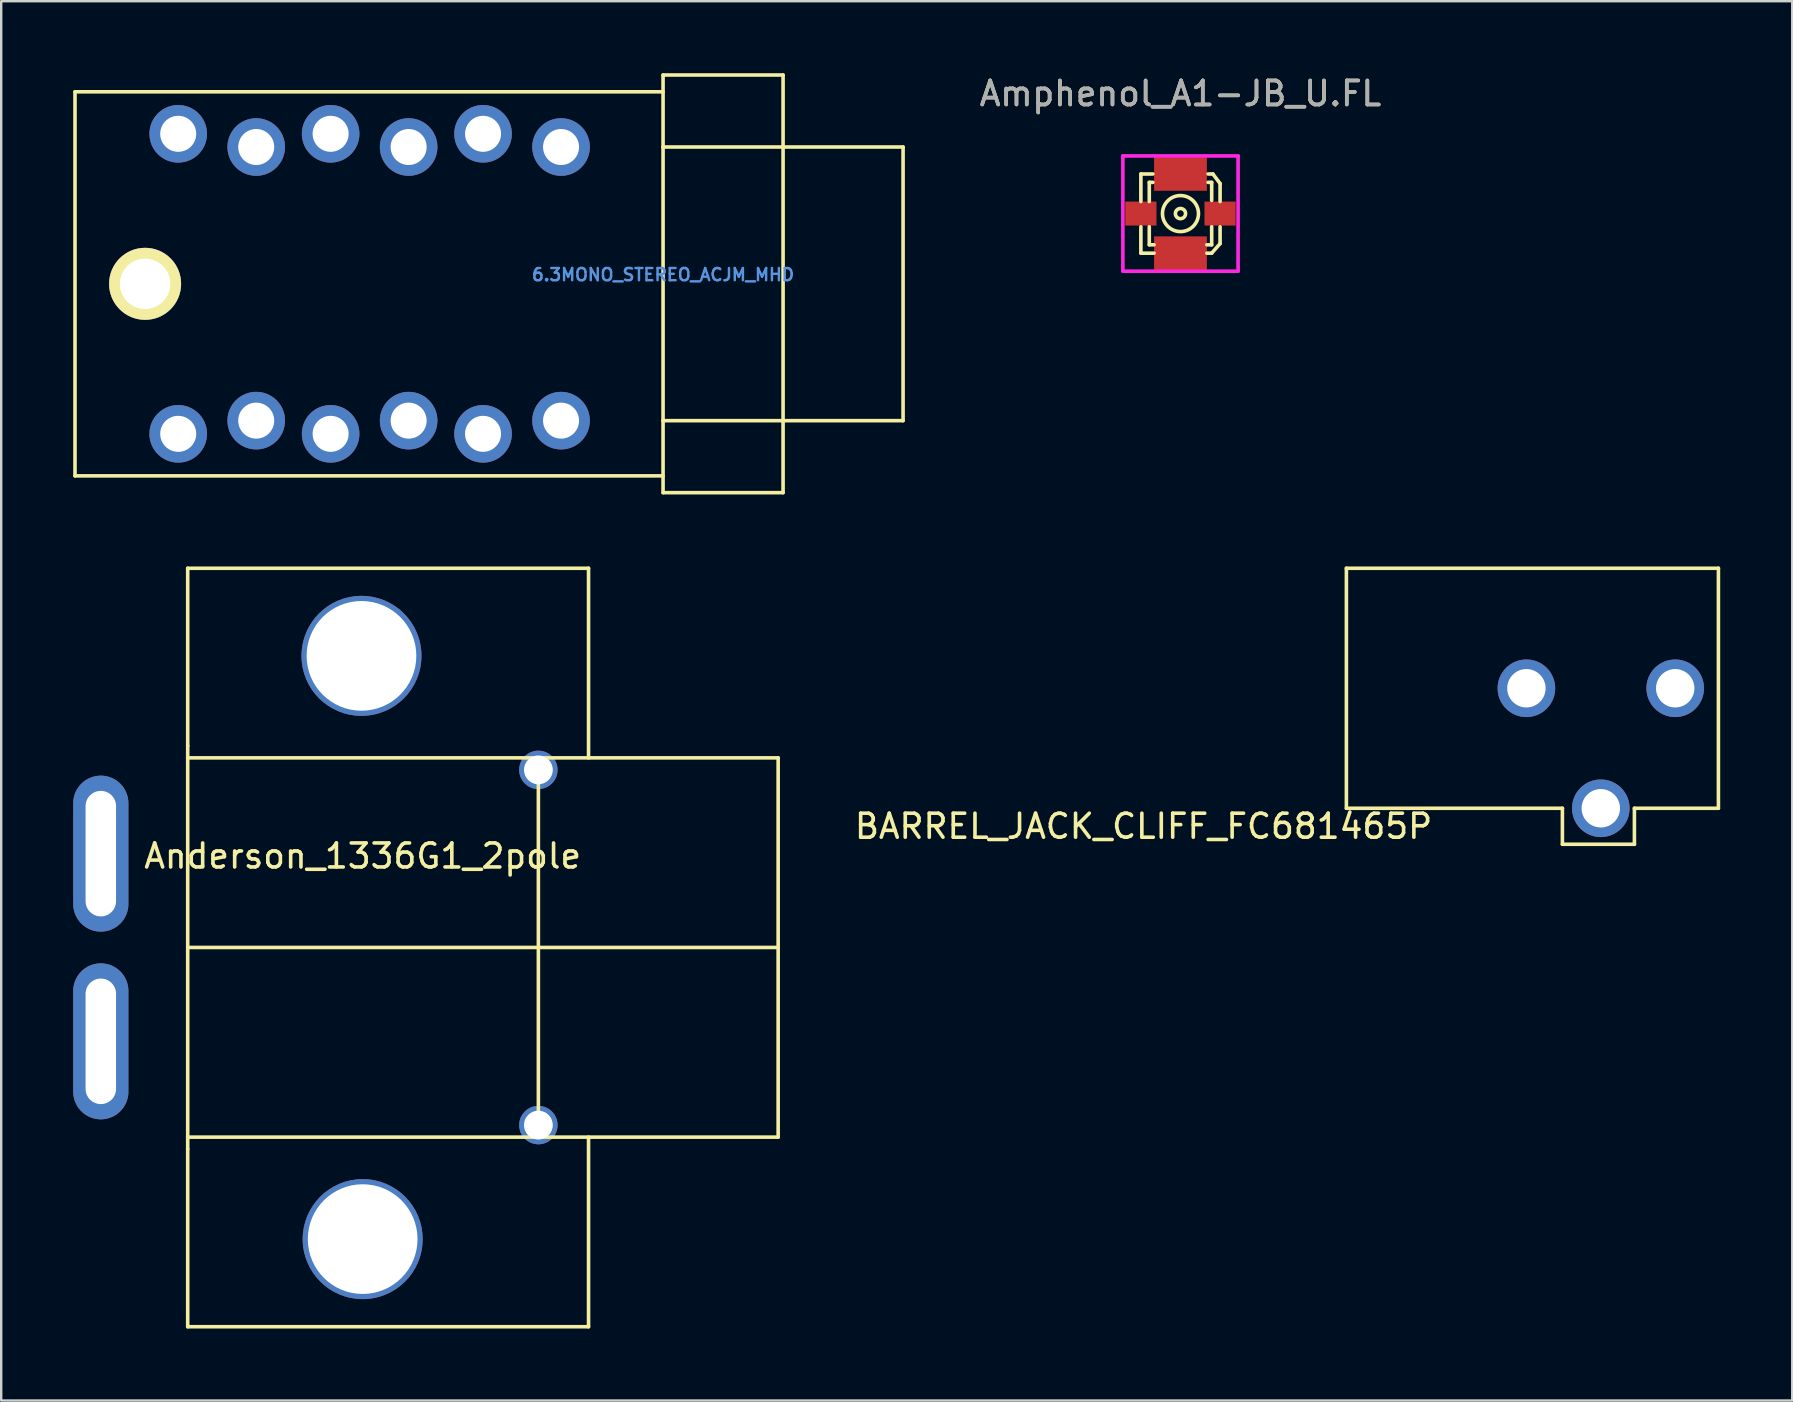
<source format=kicad_pcb>
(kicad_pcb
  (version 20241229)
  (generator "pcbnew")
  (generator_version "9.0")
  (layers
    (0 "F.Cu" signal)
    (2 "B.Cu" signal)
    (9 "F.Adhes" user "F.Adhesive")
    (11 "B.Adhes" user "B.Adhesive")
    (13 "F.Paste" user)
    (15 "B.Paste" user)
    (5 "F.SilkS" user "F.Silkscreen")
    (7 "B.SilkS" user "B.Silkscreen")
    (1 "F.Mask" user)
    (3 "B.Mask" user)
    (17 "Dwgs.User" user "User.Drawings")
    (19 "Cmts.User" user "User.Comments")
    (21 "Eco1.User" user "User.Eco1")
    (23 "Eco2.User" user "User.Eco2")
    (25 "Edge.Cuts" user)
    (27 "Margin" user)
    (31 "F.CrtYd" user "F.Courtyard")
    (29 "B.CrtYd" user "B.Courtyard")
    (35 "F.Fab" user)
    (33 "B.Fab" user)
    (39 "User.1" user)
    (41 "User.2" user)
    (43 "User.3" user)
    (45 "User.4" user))
  (footprint "BARREL_JACK_CLIFF_FC681465P"
    (layer "F.Cu")
    (at 53.044 25.625)
    (property "Reference" "BARREL_JACK_CLIFF_FC681465P" (at -8.45 5.75 180) (layer "F.SilkS") (effects (font (size 1 1) (thickness 0.15))))
    (attr through_hole)
    (fp_line (start 0 -5) (end 15.5 -5) (stroke (width 0.15) (type solid)) (layer "F.SilkS"))
    (fp_line (start 0 5) (end 0 -5) (stroke (width 0.15) (type solid)) (layer "F.SilkS"))
    (fp_line (start 9 5) (end 0 5) (stroke (width 0.15) (type solid)) (layer "F.SilkS"))
    (fp_line (start 9 6.5) (end 9 5) (stroke (width 0.15) (type solid)) (layer "F.SilkS"))
    (fp_line (start 12 5) (end 12 6.5) (stroke (width 0.15) (type solid)) (layer "F.SilkS"))
    (fp_line (start 12 6.5) (end 9 6.5) (stroke (width 0.15) (type solid)) (layer "F.SilkS"))
    (fp_line (start 15.5 -5) (end 15.5 5) (stroke (width 0.15) (type solid)) (layer "F.SilkS"))
    (fp_line (start 15.5 5) (end 12 5) (stroke (width 0.15) (type solid)) (layer "F.SilkS"))
    (pad "1" thru_hole circle (at 13.7 0) (size 2.4 2.4) (drill 1.6) (layers "*.Cu" "*.Mask"))
    (pad "2" thru_hole circle (at 10.6 5) (size 2.4 2.4) (drill 1.6) (layers "*.Cu" "*.Mask"))
    (pad "3" thru_hole circle (at 7.5 0) (size 2.4 2.4) (drill 1.6) (layers "*.Cu" "*.Mask")))
  (footprint "6.3MONO_STEREO_ACJM_MHD"
    (layer "F.Cu")
    (at 24.575 8.775)
    (property "Reference" "6.3MONO_STEREO_ACJM_MHD" (at 0 -0.381 0) (layer "Cmts.User") (effects (font (size 0.508 0.508) (thickness 0.102))))
    (attr smd)
    (fp_line (start -24.5 -8) (end -24.5 8) (stroke (width 0.15) (type solid)) (layer "F.SilkS"))
    (fp_line (start -24.5 8) (end 0 8) (stroke (width 0.15) (type solid)) (layer "F.SilkS"))
    (fp_line (start 0 -8.7) (end 5 -8.7) (stroke (width 0.15) (type solid)) (layer "F.SilkS"))
    (fp_line (start 0 -8) (end -24.5 -8) (stroke (width 0.15) (type solid)) (layer "F.SilkS"))
    (fp_line (start 0 -5.7) (end 0 -8.7) (stroke (width 0.15) (type solid)) (layer "F.SilkS"))
    (fp_line (start 0 -5.7) (end 10 -5.7) (stroke (width 0.15) (type solid)) (layer "F.SilkS"))
    (fp_line (start 0 5.7) (end 0 -5.7) (stroke (width 0.15) (type solid)) (layer "F.SilkS"))
    (fp_line (start 0 8.7) (end 0 5.7) (stroke (width 0.15) (type solid)) (layer "F.SilkS"))
    (fp_line (start 5 -8.7) (end 5 -5.7) (stroke (width 0.15) (type solid)) (layer "F.SilkS"))
    (fp_line (start 5 -5.7) (end 5 8.7) (stroke (width 0.15) (type solid)) (layer "F.SilkS"))
    (fp_line (start 5 8.7) (end 0 8.7) (stroke (width 0.15) (type solid)) (layer "F.SilkS"))
    (fp_line (start 10 -5.7) (end 10 5.7) (stroke (width 0.15) (type solid)) (layer "F.SilkS"))
    (fp_line (start 10 5.7) (end 0 5.7) (stroke (width 0.15) (type solid)) (layer "F.SilkS"))
    (pad "" np_thru_hole circle (at -21.58 0) (size 3 3) (drill 2.1) (layers "*.Cu" "*.Mask" "F.SilkS"))
    (pad "1" thru_hole circle (at -4.25 5.7) (size 2.4 2.4) (drill 1.5) (layers "*.Cu" "*.Mask"))
    (pad "2" thru_hole circle (at -10.6 5.7) (size 2.4 2.4) (drill 1.5) (layers "*.Cu" "*.Mask"))
    (pad "3" thru_hole circle (at -16.95 5.7) (size 2.4 2.4) (drill 1.5) (layers "*.Cu" "*.Mask"))
    (pad "4" thru_hole circle (at -4.25 -5.7) (size 2.4 2.4) (drill 1.5) (layers "*.Cu" "*.Mask"))
    (pad "5" thru_hole circle (at -10.6 -5.7) (size 2.4 2.4) (drill 1.5) (layers "*.Cu" "*.Mask"))
    (pad "6" thru_hole circle (at -16.95 -5.7) (size 2.4 2.4) (drill 1.5) (layers "*.Cu" "*.Mask"))
    (pad "7" thru_hole circle (at -7.5 6.25) (size 2.4 2.4) (drill 1.5) (layers "*.Cu" "*.Mask"))
    (pad "8" thru_hole circle (at -13.85 6.25) (size 2.4 2.4) (drill 1.5) (layers "*.Cu" "*.Mask"))
    (pad "9" thru_hole circle (at -20.2 6.25) (size 2.4 2.4) (drill 1.5) (layers "*.Cu" "*.Mask"))
    (pad "10" thru_hole circle (at -7.5 -6.25) (size 2.4 2.4) (drill 1.5) (layers "*.Cu" "*.Mask"))
    (pad "11" thru_hole circle (at -13.85 -6.25) (size 2.4 2.4) (drill 1.5) (layers "*.Cu" "*.Mask"))
    (pad "12" thru_hole circle (at -20.2 -6.25) (size 2.4 2.4) (drill 1.5) (layers "*.Cu" "*.Mask")))
  (footprint "Amphenol_A1-JB_U.FL"
    (layer "F.Cu")
    (at 46.132 5.848)
    (property "Reference" "Amphenol_A1-JB_U.FL" (at 0 -5 0) (layer "F.SilkS") (effects (font (size 1 1) (thickness 0.15))))
    (attr smd)
    (fp_line (start -1.65 -1.65) (end -1.15 -1.65) (stroke (width 0.15) (type solid)) (layer "F.SilkS"))
    (fp_line (start -1.65 -0.5) (end -1.65 -1.65) (stroke (width 0.15) (type solid)) (layer "F.SilkS"))
    (fp_line (start -1.65 1.65) (end -1.65 0.55) (stroke (width 0.15) (type solid)) (layer "F.SilkS"))
    (fp_line (start -1.3 -1.3) (end -1.15 -1.3) (stroke (width 0.15) (type solid)) (layer "F.SilkS"))
    (fp_line (start -1.3 -0.5) (end -1.3 -1.3) (stroke (width 0.15) (type solid)) (layer "F.SilkS"))
    (fp_line (start -1.3 1.3) (end -1.3 0.55) (stroke (width 0.15) (type solid)) (layer "F.SilkS"))
    (fp_line (start -1.1 1.3) (end -1.3 1.3) (stroke (width 0.15) (type solid)) (layer "F.SilkS"))
    (fp_line (start -1.1 1.65) (end -1.65 1.65) (stroke (width 0.15) (type solid)) (layer "F.SilkS"))
    (fp_line (start 1.1 1.3) (end 1.3 1.3) (stroke (width 0.15) (type solid)) (layer "F.SilkS"))
    (fp_line (start 1.1 1.65) (end 1.3 1.65) (stroke (width 0.15) (type solid)) (layer "F.SilkS"))
    (fp_line (start 1.15 -1.3) (end 1.3 -1.3) (stroke (width 0.15) (type solid)) (layer "F.SilkS"))
    (fp_line (start 1.3 -1.3) (end 1.3 -0.55) (stroke (width 0.15) (type solid)) (layer "F.SilkS"))
    (fp_line (start 1.3 1.3) (end 1.3 0.55) (stroke (width 0.15) (type solid)) (layer "F.SilkS"))
    (fp_line (start 1.3 1.65) (end 1.65 1.25) (stroke (width 0.15) (type solid)) (layer "F.SilkS"))
    (fp_line (start 1.35 -1.65) (end 1.15 -1.65) (stroke (width 0.15) (type solid)) (layer "F.SilkS"))
    (fp_line (start 1.65 -1.25) (end 1.35 -1.65) (stroke (width 0.15) (type solid)) (layer "F.SilkS"))
    (fp_line (start 1.65 -0.5) (end 1.65 -1.25) (stroke (width 0.15) (type solid)) (layer "F.SilkS"))
    (fp_line (start 1.65 1.25) (end 1.65 0.55) (stroke (width 0.15) (type solid)) (layer "F.SilkS"))
    (fp_circle (center 0 0) (end 0.15 -0.15) (stroke (width 0.15) (type solid)) (fill no) (layer "F.SilkS"))
    (fp_circle (center 0 0) (end 0.45 -0.6) (stroke (width 0.15) (type solid)) (fill no) (layer "F.SilkS"))
    (fp_line (start -2.4 -2.4) (end -2.4 2.4) (stroke (width 0.15) (type solid)) (layer "F.CrtYd"))
    (fp_line (start -2.4 2.4) (end 2.4 2.4) (stroke (width 0.15) (type solid)) (layer "F.CrtYd"))
    (fp_line (start 2.4 -2.4) (end -2.4 -2.4) (stroke (width 0.15) (type solid)) (layer "F.CrtYd"))
    (fp_line (start 2.4 2.4) (end 2.4 -2.4) (stroke (width 0.15) (type solid)) (layer "F.CrtYd"))
    (fp_text user "${REFERENCE}" (at 0 -5 0) (layer "F.Fab") (effects (font (size 1 1) (thickness 0.15))))
    (pad "1" smd rect (at 1.65 0) (size 1.3 1) (layers "F.Cu" "F.Mask" "F.Paste"))
    (pad "2" smd rect (at -1.65 0) (size 1.3 1) (layers "F.Cu" "F.Mask" "F.Paste"))
    (pad "2" smd rect (at 0 -1.65) (size 2.2 1.4) (layers "F.Cu" "F.Mask" "F.Paste"))
    (pad "2" smd rect (at 0 1.65) (size 2.2 1.4) (layers "F.Cu" "F.Mask" "F.Paste")))
  (footprint "Anderson_1336G1_2pole"
    (layer "F.Cu")
    (at 12.06 36.425)
    (property "Reference" "Anderson_1336G1_2pole" (at 0 -3.81 0) (layer "F.SilkS") (effects (font (size 1 1) (thickness 0.15))))
    (attr exclude_from_pos_files exclude_from_bom)
    (fp_line (start -7.29 -15.8) (end 9.41 -15.8) (stroke (width 0.15) (type solid)) (layer "F.SilkS"))
    (fp_line (start -7.29 -8.4) (end -7.29 -15.8) (stroke (width 0.15) (type solid)) (layer "F.SilkS"))
    (fp_line (start -7.29 -7.9) (end 17.31 -7.9) (stroke (width 0.15) (type solid)) (layer "F.SilkS"))
    (fp_line (start -7.29 7.9) (end 17.31 7.9) (stroke (width 0.15) (type solid)) (layer "F.SilkS"))
    (fp_line (start -7.29 8.4) (end -7.29 -8.4) (stroke (width 0.15) (type solid)) (layer "F.SilkS"))
    (fp_line (start -7.29 8.4) (end -7.29 15.8) (stroke (width 0.15) (type solid)) (layer "F.SilkS"))
    (fp_line (start -7.29 15.8) (end 9.41 15.8) (stroke (width 0.15) (type solid)) (layer "F.SilkS"))
    (fp_line (start -7.25 0) (end 17.25 0) (stroke (width 0.15) (type solid)) (layer "F.SilkS"))
    (fp_line (start 7.32 -7.9) (end 7.32 7.9) (stroke (width 0.15) (type solid)) (layer "F.SilkS"))
    (fp_line (start 9.41 -7.9) (end 9.41 -15.8) (stroke (width 0.15) (type solid)) (layer "F.SilkS"))
    (fp_line (start 9.41 7.9) (end 9.41 15.8) (stroke (width 0.15) (type solid)) (layer "F.SilkS"))
    (fp_line (start 17.31 7.9) (end 17.31 -7.9) (stroke (width 0.15) (type solid)) (layer "F.SilkS"))
    (pad "" np_thru_hole circle (at -0.05 -12.15) (size 5 5) (drill 4.57) (layers "*.Cu" "*.Mask"))
    (pad "" np_thru_hole circle (at 0 12.15) (size 5 5) (drill 4.57) (layers "*.Cu" "*.Mask"))
    (pad "" np_thru_hole circle (at 7.32 -7.4) (size 1.6 1.6) (drill 1.2) (layers "*.Cu" "*.Mask"))
    (pad "" np_thru_hole circle (at 7.32 7.4) (size 1.6 1.6) (drill 1.2) (layers "*.Cu" "*.Mask"))
    (pad "1" thru_hole oval (at -10.91 -3.91) (size 2.3 6.5) (drill oval 1.27 5.23) (layers "*.Cu" "*.Mask"))
    (pad "2" thru_hole oval (at -10.91 3.91) (size 2.3 6.5) (drill oval 1.27 5.23) (layers "*.Cu" "*.Mask")))
  (gr_rect
    (start -3 -3)
    (end 71.619 55.3)
    (stroke (width 0.1) (type default))
    (fill no)
    (layer "Edge.Cuts")))
</source>
